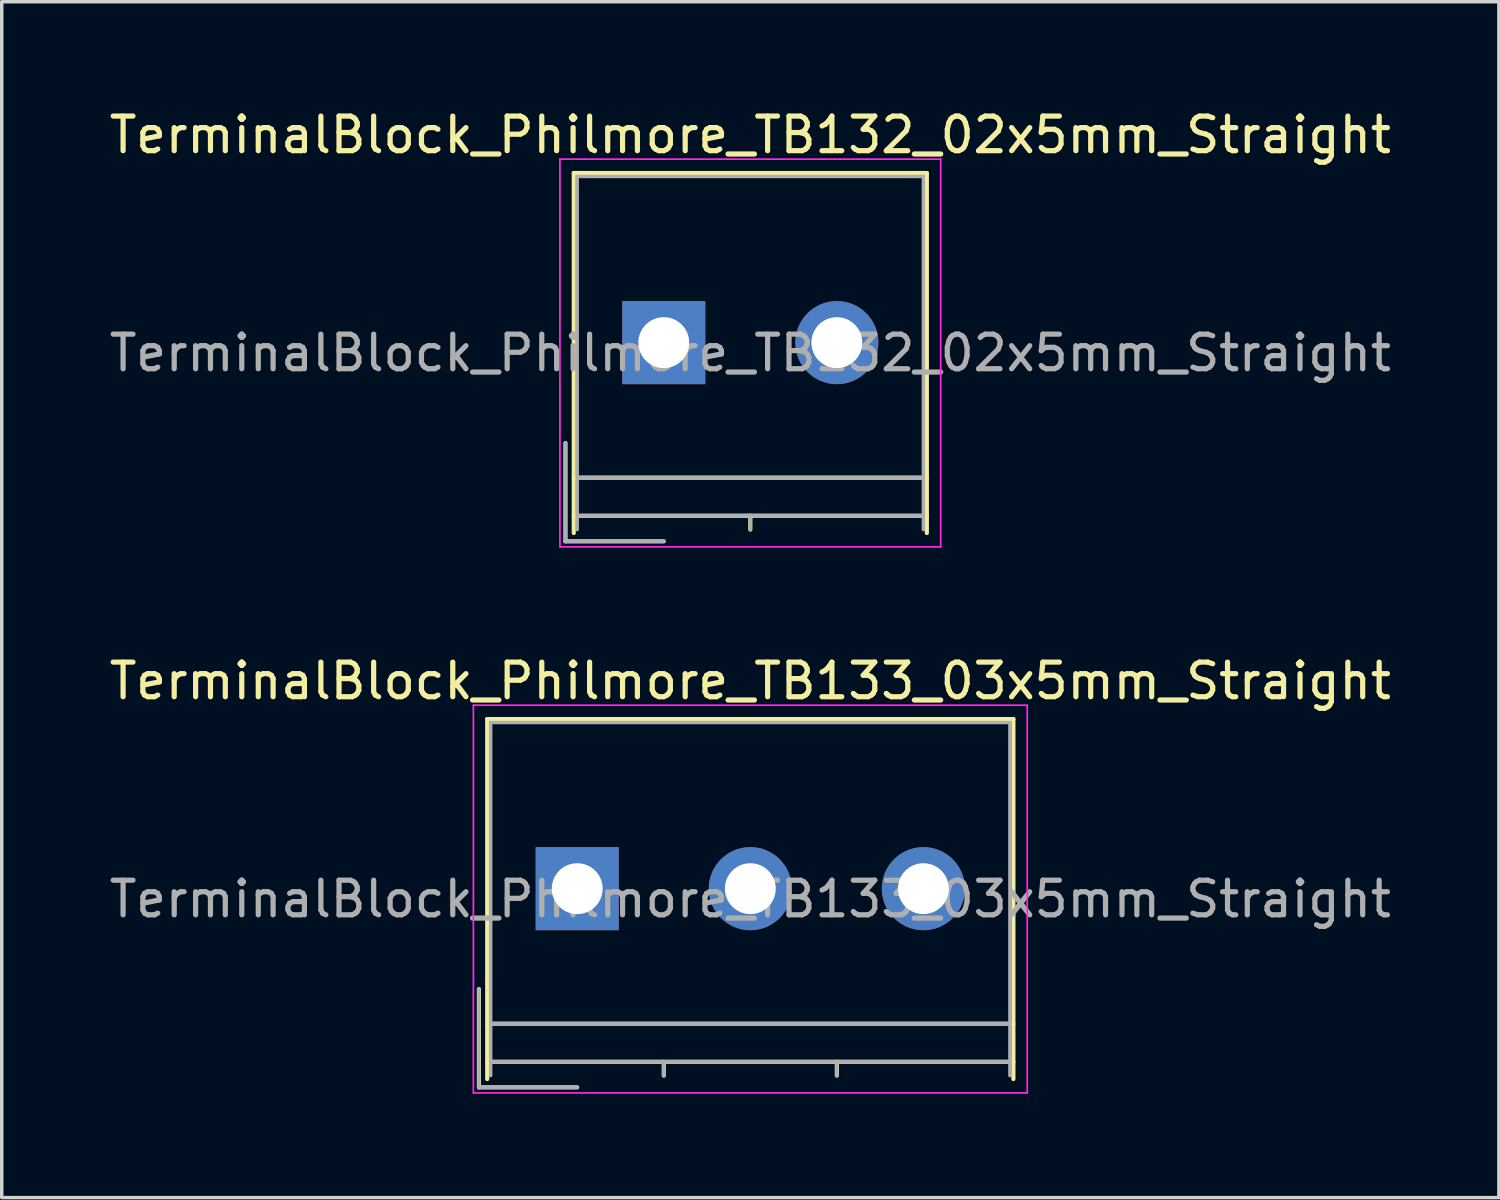
<source format=kicad_pcb>
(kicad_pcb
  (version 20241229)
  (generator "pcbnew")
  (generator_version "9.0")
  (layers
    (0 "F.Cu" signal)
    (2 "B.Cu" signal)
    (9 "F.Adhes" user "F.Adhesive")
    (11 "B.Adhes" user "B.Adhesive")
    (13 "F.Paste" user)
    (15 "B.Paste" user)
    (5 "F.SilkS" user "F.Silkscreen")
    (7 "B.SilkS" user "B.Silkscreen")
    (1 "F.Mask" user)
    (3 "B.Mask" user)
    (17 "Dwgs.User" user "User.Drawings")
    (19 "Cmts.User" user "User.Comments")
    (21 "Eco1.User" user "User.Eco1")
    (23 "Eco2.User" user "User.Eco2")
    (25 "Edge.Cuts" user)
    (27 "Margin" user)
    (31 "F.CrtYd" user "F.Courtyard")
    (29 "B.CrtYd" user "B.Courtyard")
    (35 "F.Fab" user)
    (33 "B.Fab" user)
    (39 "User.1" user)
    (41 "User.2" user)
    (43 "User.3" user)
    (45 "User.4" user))
  (footprint "TerminalBlock_Philmore_TB133_03x5mm_Straight"
    (layer "F.Cu")
    (at 13.625 22.622)
    (property "Reference" "TerminalBlock_Philmore_TB133_03x5mm_Straight" (at 5 -6 0) (layer "F.SilkS") (effects (font (size 1 1) (thickness 0.15))))
    (attr through_hole)
    (fp_line (start -2.84 2.9) (end -2.84 5.74) (stroke (width 0.12) (type solid)) (layer "F.SilkS"))
    (fp_line (start -2.84 5.74) (end 0 5.74) (stroke (width 0.12) (type solid)) (layer "F.SilkS"))
    (fp_line (start -2.6 -4.9) (end 12.6 -4.9) (stroke (width 0.12) (type solid)) (layer "F.SilkS"))
    (fp_line (start -2.6 3.9) (end 12.6 3.9) (stroke (width 0.12) (type solid)) (layer "F.SilkS"))
    (fp_line (start -2.6 5) (end 12.6 5) (stroke (width 0.12) (type solid)) (layer "F.SilkS"))
    (fp_line (start -2.6 5.5) (end -2.6 -4.9) (stroke (width 0.12) (type solid)) (layer "F.SilkS"))
    (fp_line (start 2.5 5) (end 2.5 5.4) (stroke (width 0.12) (type solid)) (layer "F.SilkS"))
    (fp_line (start 7.5 5) (end 7.5 5.4) (stroke (width 0.12) (type solid)) (layer "F.SilkS"))
    (fp_line (start 12.6 -4.9) (end 12.6 5.5) (stroke (width 0.12) (type solid)) (layer "F.SilkS"))
    (fp_line (start -3 -5.3) (end -3 5.9) (stroke (width 0.05) (type solid)) (layer "F.CrtYd"))
    (fp_line (start -3 5.9) (end 13 5.9) (stroke (width 0.05) (type solid)) (layer "F.CrtYd"))
    (fp_line (start 13 -5.3) (end -3 -5.3) (stroke (width 0.05) (type solid)) (layer "F.CrtYd"))
    (fp_line (start 13 5.9) (end 13 -5.3) (stroke (width 0.05) (type solid)) (layer "F.CrtYd"))
    (fp_line (start -2.84 2.9) (end -2.84 5.74) (stroke (width 0.1) (type solid)) (layer "F.Fab"))
    (fp_line (start -2.84 5.74) (end 0 5.74) (stroke (width 0.1) (type solid)) (layer "F.Fab"))
    (fp_line (start -2.5 -4.8) (end 12.5 -4.8) (stroke (width 0.1) (type solid)) (layer "F.Fab"))
    (fp_line (start -2.5 3.9) (end 12.5 3.9) (stroke (width 0.1) (type solid)) (layer "F.Fab"))
    (fp_line (start -2.5 5) (end 12.5 5) (stroke (width 0.1) (type solid)) (layer "F.Fab"))
    (fp_line (start -2.5 5.4) (end -2.5 -4.8) (stroke (width 0.1) (type solid)) (layer "F.Fab"))
    (fp_line (start 2.5 5) (end 2.5 5.4) (stroke (width 0.1) (type solid)) (layer "F.Fab"))
    (fp_line (start 7.5 5) (end 7.5 5.4) (stroke (width 0.1) (type solid)) (layer "F.Fab"))
    (fp_line (start 12.5 -4.8) (end 12.5 5.4) (stroke (width 0.1) (type solid)) (layer "F.Fab"))
    (fp_text user "${REFERENCE}" (at 5 0.3 0) (layer "F.Fab") (effects (font (size 1 1) (thickness 0.15))))
    (pad "1" thru_hole rect (at 0 0) (size 2.4 2.4) (drill 1.47) (layers "*.Cu" "*.Mask"))
    (pad "2" thru_hole circle (at 5 0) (size 2.4 2.4) (drill 1.47) (layers "*.Cu" "*.Mask"))
    (pad "3" thru_hole circle (at 10 0) (size 2.4 2.4) (drill 1.47) (layers "*.Cu" "*.Mask")))
  (footprint "TerminalBlock_Philmore_TB132_02x5mm_Straight"
    (layer "F.Cu")
    (at 16.125 6.848)
    (property "Reference" "TerminalBlock_Philmore_TB132_02x5mm_Straight" (at 2.5 -6 0) (layer "F.SilkS") (effects (font (size 1 1) (thickness 0.15))))
    (attr through_hole)
    (fp_line (start -2.84 2.9) (end -2.84 5.74) (stroke (width 0.12) (type solid)) (layer "F.SilkS"))
    (fp_line (start -2.84 5.74) (end 0 5.74) (stroke (width 0.12) (type solid)) (layer "F.SilkS"))
    (fp_line (start -2.6 -4.9) (end 7.6 -4.9) (stroke (width 0.12) (type solid)) (layer "F.SilkS"))
    (fp_line (start -2.6 3.9) (end 7.6 3.9) (stroke (width 0.12) (type solid)) (layer "F.SilkS"))
    (fp_line (start -2.6 5) (end 7.6 5) (stroke (width 0.12) (type solid)) (layer "F.SilkS"))
    (fp_line (start -2.6 5.5) (end -2.6 -4.9) (stroke (width 0.12) (type solid)) (layer "F.SilkS"))
    (fp_line (start 2.5 5) (end 2.5 5.4) (stroke (width 0.12) (type solid)) (layer "F.SilkS"))
    (fp_line (start 7.6 -4.9) (end 7.6 5.5) (stroke (width 0.12) (type solid)) (layer "F.SilkS"))
    (fp_line (start -3 -5.3) (end -3 5.9) (stroke (width 0.05) (type solid)) (layer "F.CrtYd"))
    (fp_line (start -3 5.9) (end 8 5.9) (stroke (width 0.05) (type solid)) (layer "F.CrtYd"))
    (fp_line (start 8 -5.3) (end -3 -5.3) (stroke (width 0.05) (type solid)) (layer "F.CrtYd"))
    (fp_line (start 8 5.9) (end 8 -5.3) (stroke (width 0.05) (type solid)) (layer "F.CrtYd"))
    (fp_line (start -2.84 2.9) (end -2.84 5.74) (stroke (width 0.1) (type solid)) (layer "F.Fab"))
    (fp_line (start -2.84 5.74) (end 0 5.74) (stroke (width 0.1) (type solid)) (layer "F.Fab"))
    (fp_line (start -2.5 -4.8) (end 7.5 -4.8) (stroke (width 0.1) (type solid)) (layer "F.Fab"))
    (fp_line (start -2.5 3.9) (end 7.5 3.9) (stroke (width 0.1) (type solid)) (layer "F.Fab"))
    (fp_line (start -2.5 5) (end 7.5 5) (stroke (width 0.1) (type solid)) (layer "F.Fab"))
    (fp_line (start -2.5 5.4) (end -2.5 -4.8) (stroke (width 0.1) (type solid)) (layer "F.Fab"))
    (fp_line (start 2.5 5) (end 2.5 5.4) (stroke (width 0.1) (type solid)) (layer "F.Fab"))
    (fp_line (start 7.5 -4.8) (end 7.5 5.4) (stroke (width 0.1) (type solid)) (layer "F.Fab"))
    (fp_text user "${REFERENCE}" (at 2.5 0.3 0) (layer "F.Fab") (effects (font (size 1 1) (thickness 0.15))))
    (pad "1" thru_hole rect (at 0 0) (size 2.4 2.4) (drill 1.47) (layers "*.Cu" "*.Mask"))
    (pad "2" thru_hole circle (at 5 0) (size 2.4 2.4) (drill 1.47) (layers "*.Cu" "*.Mask")))
  (gr_rect
    (start -3 -3)
    (end 40.25 31.547)
    (stroke (width 0.1) (type default))
    (fill no)
    (layer "Edge.Cuts")))
</source>
